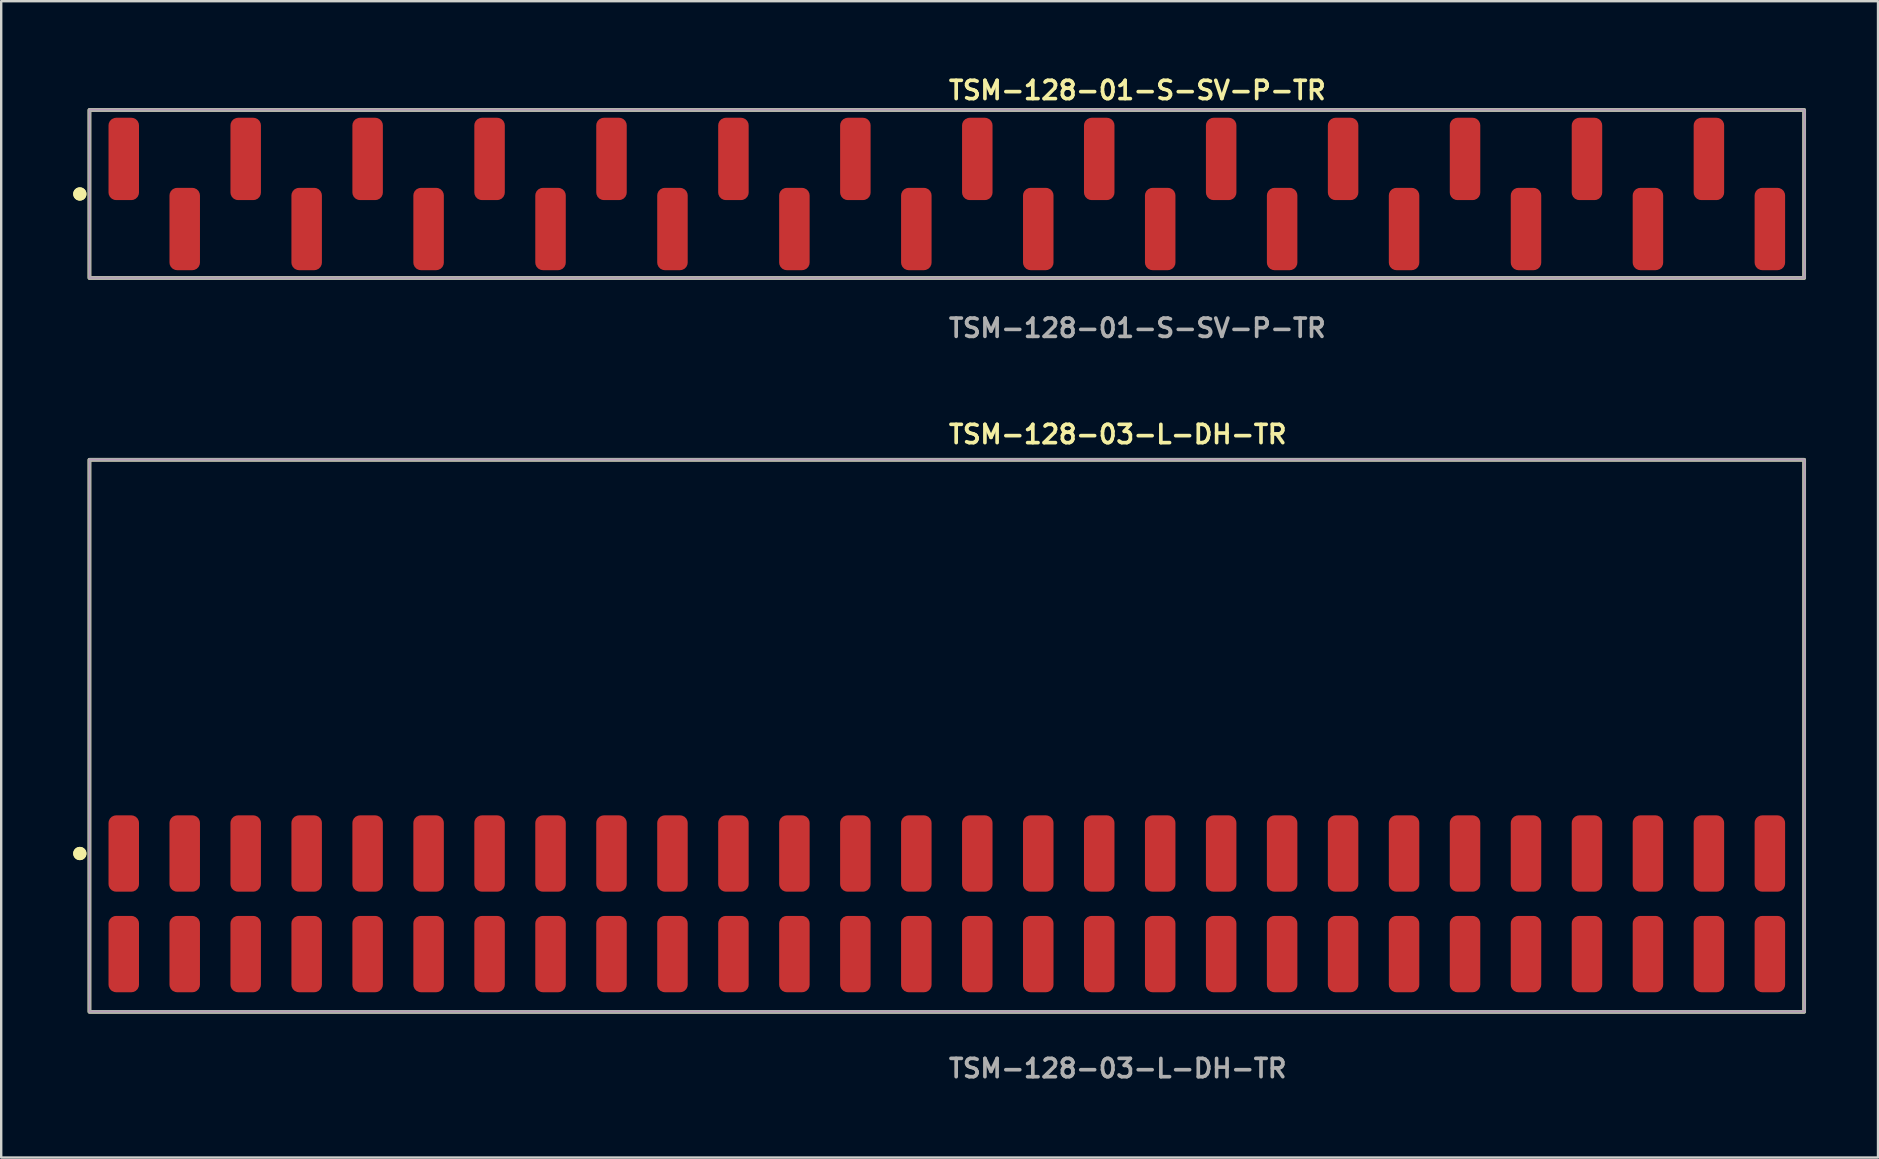
<source format=kicad_pcb>
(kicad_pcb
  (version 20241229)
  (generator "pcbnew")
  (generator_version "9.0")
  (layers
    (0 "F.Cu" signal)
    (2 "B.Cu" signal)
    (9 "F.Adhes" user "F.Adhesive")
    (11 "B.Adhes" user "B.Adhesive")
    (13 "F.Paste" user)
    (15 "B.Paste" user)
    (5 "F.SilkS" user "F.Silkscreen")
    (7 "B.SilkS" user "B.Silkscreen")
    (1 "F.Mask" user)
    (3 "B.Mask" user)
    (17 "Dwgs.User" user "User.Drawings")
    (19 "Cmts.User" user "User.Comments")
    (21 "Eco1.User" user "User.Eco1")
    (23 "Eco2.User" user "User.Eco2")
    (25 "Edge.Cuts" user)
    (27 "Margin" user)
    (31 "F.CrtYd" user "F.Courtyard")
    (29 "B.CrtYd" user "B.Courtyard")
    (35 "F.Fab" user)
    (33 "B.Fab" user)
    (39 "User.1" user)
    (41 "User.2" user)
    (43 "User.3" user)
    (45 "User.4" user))
  (footprint "TSM-128-01-S-SV-P-TR"
    (layer "F.Cu")
    (at 36.396 5.031)
    (property "Reference" "TSM-128-01-S-SV-P-TR" (at 0 -4.318 0) (unlocked yes) (layer "F.SilkS") (effects (font (size 0.762 0.762) (thickness 0.152)) (justify left)))
    (fp_rect (start -35.72 3.5) (end 35.72 -3.5) (stroke (width 0.152) (type solid)) (fill no) (layer "F.SilkS"))
    (fp_circle (center -36.12 0) (end -36.32 0) (stroke (width 0.152) (type solid)) (fill yes) (layer "F.SilkS"))
    (fp_circle (center -36.12 0) (end -36.32 0) (stroke (width 0.152) (type solid)) (fill yes) (layer "F.SilkS"))
    (fp_rect (start -35.72 3.5) (end 35.72 -3.5) (stroke (width 0.006) (type solid)) (fill no) (layer "F.CrtYd"))
    (fp_rect (start -35.72 3.5) (end 35.72 -3.5) (stroke (width 0.152) (type solid)) (fill no) (layer "F.Fab"))
    (fp_text user "${REFERENCE}" (at 0 5.588 0) (unlocked yes) (layer "F.Fab") (effects (font (size 0.762 0.762) (thickness 0.152)) (justify left)))
    (pad "1" smd roundrect (at -34.29 -1.46) (size 1.27 3.43) (layers "F.Cu" "F.Paste") (roundrect_rratio 0.25))
    (pad "2" smd roundrect (at -31.75 1.46) (size 1.27 3.43) (layers "F.Cu" "F.Paste") (roundrect_rratio 0.25))
    (pad "3" smd roundrect (at -29.21 -1.46) (size 1.27 3.43) (layers "F.Cu" "F.Paste") (roundrect_rratio 0.25))
    (pad "4" smd roundrect (at -26.67 1.46) (size 1.27 3.43) (layers "F.Cu" "F.Paste") (roundrect_rratio 0.25))
    (pad "5" smd roundrect (at -24.13 -1.46) (size 1.27 3.43) (layers "F.Cu" "F.Paste") (roundrect_rratio 0.25))
    (pad "6" smd roundrect (at -21.59 1.46) (size 1.27 3.43) (layers "F.Cu" "F.Paste") (roundrect_rratio 0.25))
    (pad "7" smd roundrect (at -19.05 -1.46) (size 1.27 3.43) (layers "F.Cu" "F.Paste") (roundrect_rratio 0.25))
    (pad "8" smd roundrect (at -16.51 1.46) (size 1.27 3.43) (layers "F.Cu" "F.Paste") (roundrect_rratio 0.25))
    (pad "9" smd roundrect (at -13.97 -1.46) (size 1.27 3.43) (layers "F.Cu" "F.Paste") (roundrect_rratio 0.25))
    (pad "10" smd roundrect (at -11.43 1.46) (size 1.27 3.43) (layers "F.Cu" "F.Paste") (roundrect_rratio 0.25))
    (pad "11" smd roundrect (at -8.89 -1.46) (size 1.27 3.43) (layers "F.Cu" "F.Paste") (roundrect_rratio 0.25))
    (pad "12" smd roundrect (at -6.35 1.46) (size 1.27 3.43) (layers "F.Cu" "F.Paste") (roundrect_rratio 0.25))
    (pad "13" smd roundrect (at -3.81 -1.46) (size 1.27 3.43) (layers "F.Cu" "F.Paste") (roundrect_rratio 0.25))
    (pad "14" smd roundrect (at -1.27 1.46) (size 1.27 3.43) (layers "F.Cu" "F.Paste") (roundrect_rratio 0.25))
    (pad "15" smd roundrect (at 1.27 -1.46) (size 1.27 3.43) (layers "F.Cu" "F.Paste") (roundrect_rratio 0.25))
    (pad "16" smd roundrect (at 3.81 1.46) (size 1.27 3.43) (layers "F.Cu" "F.Paste") (roundrect_rratio 0.25))
    (pad "17" smd roundrect (at 6.35 -1.46) (size 1.27 3.43) (layers "F.Cu" "F.Paste") (roundrect_rratio 0.25))
    (pad "18" smd roundrect (at 8.89 1.46) (size 1.27 3.43) (layers "F.Cu" "F.Paste") (roundrect_rratio 0.25))
    (pad "19" smd roundrect (at 11.43 -1.46) (size 1.27 3.43) (layers "F.Cu" "F.Paste") (roundrect_rratio 0.25))
    (pad "20" smd roundrect (at 13.97 1.46) (size 1.27 3.43) (layers "F.Cu" "F.Paste") (roundrect_rratio 0.25))
    (pad "21" smd roundrect (at 16.51 -1.46) (size 1.27 3.43) (layers "F.Cu" "F.Paste") (roundrect_rratio 0.25))
    (pad "22" smd roundrect (at 19.05 1.46) (size 1.27 3.43) (layers "F.Cu" "F.Paste") (roundrect_rratio 0.25))
    (pad "23" smd roundrect (at 21.59 -1.46) (size 1.27 3.43) (layers "F.Cu" "F.Paste") (roundrect_rratio 0.25))
    (pad "24" smd roundrect (at 24.13 1.46) (size 1.27 3.43) (layers "F.Cu" "F.Paste") (roundrect_rratio 0.25))
    (pad "25" smd roundrect (at 26.67 -1.46) (size 1.27 3.43) (layers "F.Cu" "F.Paste") (roundrect_rratio 0.25))
    (pad "26" smd roundrect (at 29.21 1.46) (size 1.27 3.43) (layers "F.Cu" "F.Paste") (roundrect_rratio 0.25))
    (pad "27" smd roundrect (at 31.75 -1.46) (size 1.27 3.43) (layers "F.Cu" "F.Paste") (roundrect_rratio 0.25))
    (pad "28" smd roundrect (at 34.29 1.46) (size 1.27 3.43) (layers "F.Cu" "F.Paste") (roundrect_rratio 0.25)))
  (footprint "TSM-128-03-L-DH-TR"
    (layer "F.Cu")
    (at 36.396 34.604)
    (property "Reference" "TSM-128-03-L-DH-TR" (at 0 -19.558 0) (unlocked yes) (layer "F.SilkS") (effects (font (size 0.762 0.762) (thickness 0.152)) (justify left)))
    (fp_rect (start -35.72 4.5) (end 35.72 -18.5) (stroke (width 0.152) (type solid)) (fill no) (layer "F.SilkS"))
    (fp_circle (center -36.12 -2.095) (end -36.32 -2.095) (stroke (width 0.152) (type solid)) (fill yes) (layer "F.SilkS"))
    (fp_circle (center -36.12 -2.095) (end -36.32 -2.095) (stroke (width 0.152) (type solid)) (fill yes) (layer "F.SilkS"))
    (fp_rect (start -35.72 4.5) (end 35.72 -18.5) (stroke (width 0.006) (type solid)) (fill no) (layer "F.CrtYd"))
    (fp_rect (start -35.72 4.5) (end 35.72 -18.5) (stroke (width 0.152) (type solid)) (fill no) (layer "F.Fab"))
    (fp_text user "${REFERENCE}" (at 0 6.858 0) (unlocked yes) (layer "F.Fab") (effects (font (size 0.762 0.762) (thickness 0.152)) (justify left)))
    (pad "1" smd roundrect (at -34.29 2.095) (size 1.27 3.18) (layers "F.Cu" "F.Paste") (roundrect_rratio 0.25))
    (pad "2" smd roundrect (at -34.29 -2.095) (size 1.27 3.18) (layers "F.Cu" "F.Paste") (roundrect_rratio 0.25))
    (pad "3" smd roundrect (at -31.75 2.095) (size 1.27 3.18) (layers "F.Cu" "F.Paste") (roundrect_rratio 0.25))
    (pad "4" smd roundrect (at -31.75 -2.095) (size 1.27 3.18) (layers "F.Cu" "F.Paste") (roundrect_rratio 0.25))
    (pad "5" smd roundrect (at -29.21 2.095) (size 1.27 3.18) (layers "F.Cu" "F.Paste") (roundrect_rratio 0.25))
    (pad "6" smd roundrect (at -29.21 -2.095) (size 1.27 3.18) (layers "F.Cu" "F.Paste") (roundrect_rratio 0.25))
    (pad "7" smd roundrect (at -26.67 2.095) (size 1.27 3.18) (layers "F.Cu" "F.Paste") (roundrect_rratio 0.25))
    (pad "8" smd roundrect (at -26.67 -2.095) (size 1.27 3.18) (layers "F.Cu" "F.Paste") (roundrect_rratio 0.25))
    (pad "9" smd roundrect (at -24.13 2.095) (size 1.27 3.18) (layers "F.Cu" "F.Paste") (roundrect_rratio 0.25))
    (pad "10" smd roundrect (at -24.13 -2.095) (size 1.27 3.18) (layers "F.Cu" "F.Paste") (roundrect_rratio 0.25))
    (pad "11" smd roundrect (at -21.59 2.095) (size 1.27 3.18) (layers "F.Cu" "F.Paste") (roundrect_rratio 0.25))
    (pad "12" smd roundrect (at -21.59 -2.095) (size 1.27 3.18) (layers "F.Cu" "F.Paste") (roundrect_rratio 0.25))
    (pad "13" smd roundrect (at -19.05 2.095) (size 1.27 3.18) (layers "F.Cu" "F.Paste") (roundrect_rratio 0.25))
    (pad "14" smd roundrect (at -19.05 -2.095) (size 1.27 3.18) (layers "F.Cu" "F.Paste") (roundrect_rratio 0.25))
    (pad "15" smd roundrect (at -16.51 2.095) (size 1.27 3.18) (layers "F.Cu" "F.Paste") (roundrect_rratio 0.25))
    (pad "16" smd roundrect (at -16.51 -2.095) (size 1.27 3.18) (layers "F.Cu" "F.Paste") (roundrect_rratio 0.25))
    (pad "17" smd roundrect (at -13.97 2.095) (size 1.27 3.18) (layers "F.Cu" "F.Paste") (roundrect_rratio 0.25))
    (pad "18" smd roundrect (at -13.97 -2.095) (size 1.27 3.18) (layers "F.Cu" "F.Paste") (roundrect_rratio 0.25))
    (pad "19" smd roundrect (at -11.43 2.095) (size 1.27 3.18) (layers "F.Cu" "F.Paste") (roundrect_rratio 0.25))
    (pad "20" smd roundrect (at -11.43 -2.095) (size 1.27 3.18) (layers "F.Cu" "F.Paste") (roundrect_rratio 0.25))
    (pad "21" smd roundrect (at -8.89 2.095) (size 1.27 3.18) (layers "F.Cu" "F.Paste") (roundrect_rratio 0.25))
    (pad "22" smd roundrect (at -8.89 -2.095) (size 1.27 3.18) (layers "F.Cu" "F.Paste") (roundrect_rratio 0.25))
    (pad "23" smd roundrect (at -6.35 2.095) (size 1.27 3.18) (layers "F.Cu" "F.Paste") (roundrect_rratio 0.25))
    (pad "24" smd roundrect (at -6.35 -2.095) (size 1.27 3.18) (layers "F.Cu" "F.Paste") (roundrect_rratio 0.25))
    (pad "25" smd roundrect (at -3.81 2.095) (size 1.27 3.18) (layers "F.Cu" "F.Paste") (roundrect_rratio 0.25))
    (pad "26" smd roundrect (at -3.81 -2.095) (size 1.27 3.18) (layers "F.Cu" "F.Paste") (roundrect_rratio 0.25))
    (pad "27" smd roundrect (at -1.27 2.095) (size 1.27 3.18) (layers "F.Cu" "F.Paste") (roundrect_rratio 0.25))
    (pad "28" smd roundrect (at -1.27 -2.095) (size 1.27 3.18) (layers "F.Cu" "F.Paste") (roundrect_rratio 0.25))
    (pad "29" smd roundrect (at 1.27 2.095) (size 1.27 3.18) (layers "F.Cu" "F.Paste") (roundrect_rratio 0.25))
    (pad "30" smd roundrect (at 1.27 -2.095) (size 1.27 3.18) (layers "F.Cu" "F.Paste") (roundrect_rratio 0.25))
    (pad "31" smd roundrect (at 3.81 2.095) (size 1.27 3.18) (layers "F.Cu" "F.Paste") (roundrect_rratio 0.25))
    (pad "32" smd roundrect (at 3.81 -2.095) (size 1.27 3.18) (layers "F.Cu" "F.Paste") (roundrect_rratio 0.25))
    (pad "33" smd roundrect (at 6.35 2.095) (size 1.27 3.18) (layers "F.Cu" "F.Paste") (roundrect_rratio 0.25))
    (pad "34" smd roundrect (at 6.35 -2.095) (size 1.27 3.18) (layers "F.Cu" "F.Paste") (roundrect_rratio 0.25))
    (pad "35" smd roundrect (at 8.89 2.095) (size 1.27 3.18) (layers "F.Cu" "F.Paste") (roundrect_rratio 0.25))
    (pad "36" smd roundrect (at 8.89 -2.095) (size 1.27 3.18) (layers "F.Cu" "F.Paste") (roundrect_rratio 0.25))
    (pad "37" smd roundrect (at 11.43 2.095) (size 1.27 3.18) (layers "F.Cu" "F.Paste") (roundrect_rratio 0.25))
    (pad "38" smd roundrect (at 11.43 -2.095) (size 1.27 3.18) (layers "F.Cu" "F.Paste") (roundrect_rratio 0.25))
    (pad "39" smd roundrect (at 13.97 2.095) (size 1.27 3.18) (layers "F.Cu" "F.Paste") (roundrect_rratio 0.25))
    (pad "40" smd roundrect (at 13.97 -2.095) (size 1.27 3.18) (layers "F.Cu" "F.Paste") (roundrect_rratio 0.25))
    (pad "41" smd roundrect (at 16.51 2.095) (size 1.27 3.18) (layers "F.Cu" "F.Paste") (roundrect_rratio 0.25))
    (pad "42" smd roundrect (at 16.51 -2.095) (size 1.27 3.18) (layers "F.Cu" "F.Paste") (roundrect_rratio 0.25))
    (pad "43" smd roundrect (at 19.05 2.095) (size 1.27 3.18) (layers "F.Cu" "F.Paste") (roundrect_rratio 0.25))
    (pad "44" smd roundrect (at 19.05 -2.095) (size 1.27 3.18) (layers "F.Cu" "F.Paste") (roundrect_rratio 0.25))
    (pad "45" smd roundrect (at 21.59 2.095) (size 1.27 3.18) (layers "F.Cu" "F.Paste") (roundrect_rratio 0.25))
    (pad "46" smd roundrect (at 21.59 -2.095) (size 1.27 3.18) (layers "F.Cu" "F.Paste") (roundrect_rratio 0.25))
    (pad "47" smd roundrect (at 24.13 2.095) (size 1.27 3.18) (layers "F.Cu" "F.Paste") (roundrect_rratio 0.25))
    (pad "48" smd roundrect (at 24.13 -2.095) (size 1.27 3.18) (layers "F.Cu" "F.Paste") (roundrect_rratio 0.25))
    (pad "49" smd roundrect (at 26.67 2.095) (size 1.27 3.18) (layers "F.Cu" "F.Paste") (roundrect_rratio 0.25))
    (pad "50" smd roundrect (at 26.67 -2.095) (size 1.27 3.18) (layers "F.Cu" "F.Paste") (roundrect_rratio 0.25))
    (pad "51" smd roundrect (at 29.21 2.095) (size 1.27 3.18) (layers "F.Cu" "F.Paste") (roundrect_rratio 0.25))
    (pad "52" smd roundrect (at 29.21 -2.095) (size 1.27 3.18) (layers "F.Cu" "F.Paste") (roundrect_rratio 0.25))
    (pad "53" smd roundrect (at 31.75 2.095) (size 1.27 3.18) (layers "F.Cu" "F.Paste") (roundrect_rratio 0.25))
    (pad "54" smd roundrect (at 31.75 -2.095) (size 1.27 3.18) (layers "F.Cu" "F.Paste") (roundrect_rratio 0.25))
    (pad "55" smd roundrect (at 34.29 2.095) (size 1.27 3.18) (layers "F.Cu" "F.Paste") (roundrect_rratio 0.25))
    (pad "56" smd roundrect (at 34.29 -2.095) (size 1.27 3.18) (layers "F.Cu" "F.Paste") (roundrect_rratio 0.25)))
  (gr_rect
    (start -3 -3)
    (end 75.192 45.175)
    (stroke (width 0.1) (type default))
    (fill no)
    (layer "Edge.Cuts")))
</source>
